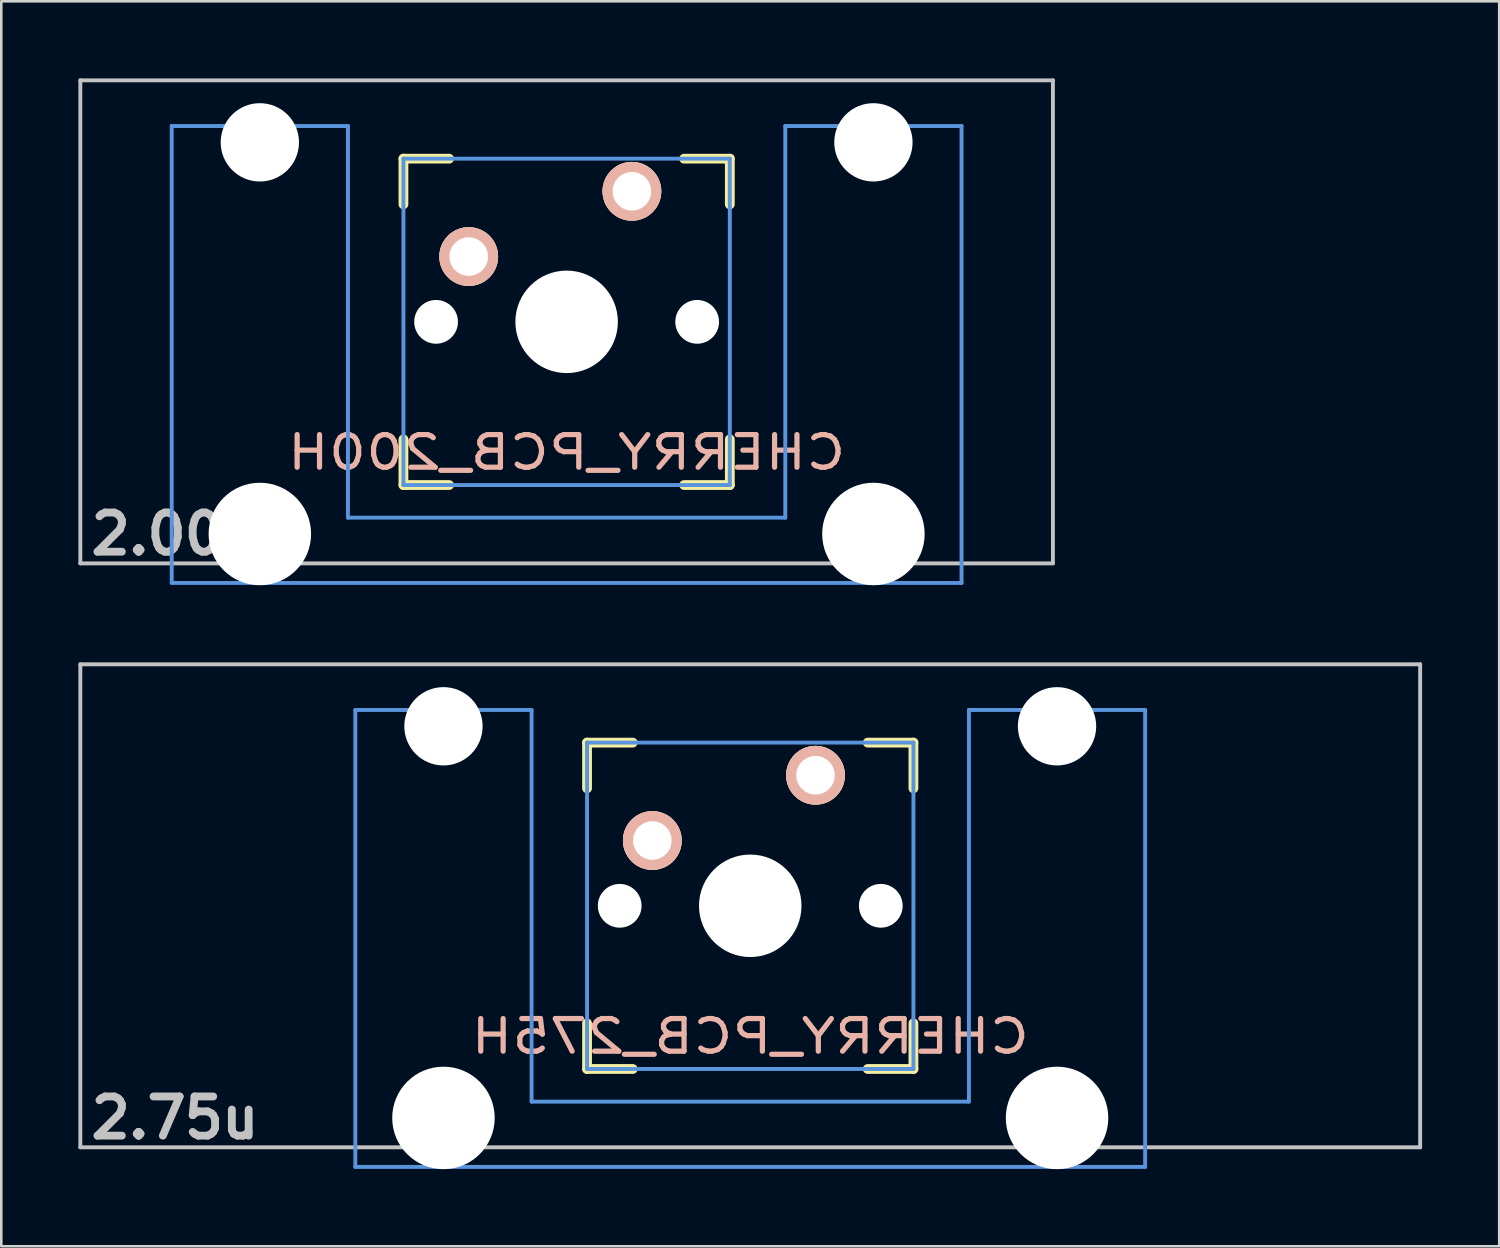
<source format=kicad_pcb>
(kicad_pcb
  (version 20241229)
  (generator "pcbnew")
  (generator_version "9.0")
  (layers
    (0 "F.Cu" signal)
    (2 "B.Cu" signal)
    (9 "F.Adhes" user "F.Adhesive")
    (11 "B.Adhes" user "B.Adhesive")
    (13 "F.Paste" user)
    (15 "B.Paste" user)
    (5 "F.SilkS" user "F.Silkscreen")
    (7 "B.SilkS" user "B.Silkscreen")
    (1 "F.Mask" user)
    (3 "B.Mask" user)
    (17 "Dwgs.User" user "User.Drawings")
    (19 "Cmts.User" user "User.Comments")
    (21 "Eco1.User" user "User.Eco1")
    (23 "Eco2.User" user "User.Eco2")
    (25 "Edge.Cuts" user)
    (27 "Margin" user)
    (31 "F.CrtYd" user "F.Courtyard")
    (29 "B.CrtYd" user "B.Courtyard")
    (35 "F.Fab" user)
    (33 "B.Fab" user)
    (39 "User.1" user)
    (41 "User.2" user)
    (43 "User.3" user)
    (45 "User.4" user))
  (footprint "CHERRY_PCB_200H"
    (layer "F.Cu")
    (at 18.999 9.474)
    (property "Reference" "CHERRY_PCB_200H" (at 0 5.08 0) (layer "B.SilkS") (effects (font (size 1.27 1.524) (thickness 0.203)) (justify mirror)))
    (attr through_hole)
    (fp_line (start -6.35 -6.35) (end -4.572 -6.35) (stroke (width 0.381) (type solid)) (layer "F.SilkS"))
    (fp_line (start -6.35 -4.572) (end -6.35 -6.35) (stroke (width 0.381) (type solid)) (layer "F.SilkS"))
    (fp_line (start -6.35 6.35) (end -6.35 4.572) (stroke (width 0.381) (type solid)) (layer "F.SilkS"))
    (fp_line (start -4.572 6.35) (end -6.35 6.35) (stroke (width 0.381) (type solid)) (layer "F.SilkS"))
    (fp_line (start 4.572 -6.35) (end 6.35 -6.35) (stroke (width 0.381) (type solid)) (layer "F.SilkS"))
    (fp_line (start 6.35 -6.35) (end 6.35 -4.572) (stroke (width 0.381) (type solid)) (layer "F.SilkS"))
    (fp_line (start 6.35 4.572) (end 6.35 6.35) (stroke (width 0.381) (type solid)) (layer "F.SilkS"))
    (fp_line (start 6.35 6.35) (end 4.572 6.35) (stroke (width 0.381) (type solid)) (layer "F.SilkS"))
    (fp_line (start -18.923 -9.398) (end 18.923 -9.398) (stroke (width 0.152) (type solid)) (layer "Dwgs.User"))
    (fp_line (start -18.923 9.398) (end -18.923 -9.398) (stroke (width 0.152) (type solid)) (layer "Dwgs.User"))
    (fp_line (start 18.923 -9.398) (end 18.923 9.398) (stroke (width 0.152) (type solid)) (layer "Dwgs.User"))
    (fp_line (start 18.923 9.398) (end -18.923 9.398) (stroke (width 0.152) (type solid)) (layer "Dwgs.User"))
    (fp_line (start -15.367 -7.62) (end -15.367 10.16) (stroke (width 0.152) (type solid)) (layer "Cmts.User"))
    (fp_line (start -15.367 10.16) (end 15.367 10.16) (stroke (width 0.152) (type solid)) (layer "Cmts.User"))
    (fp_line (start -8.509 -7.62) (end -15.367 -7.62) (stroke (width 0.152) (type solid)) (layer "Cmts.User"))
    (fp_line (start -8.509 7.62) (end -8.509 -7.62) (stroke (width 0.152) (type solid)) (layer "Cmts.User"))
    (fp_line (start -6.35 -6.35) (end 6.35 -6.35) (stroke (width 0.152) (type solid)) (layer "Cmts.User"))
    (fp_line (start -6.35 6.35) (end -6.35 -6.35) (stroke (width 0.152) (type solid)) (layer "Cmts.User"))
    (fp_line (start 6.35 -6.35) (end 6.35 6.35) (stroke (width 0.152) (type solid)) (layer "Cmts.User"))
    (fp_line (start 6.35 6.35) (end -6.35 6.35) (stroke (width 0.152) (type solid)) (layer "Cmts.User"))
    (fp_line (start 8.509 -7.62) (end 8.509 7.62) (stroke (width 0.152) (type solid)) (layer "Cmts.User"))
    (fp_line (start 8.509 7.62) (end -8.509 7.62) (stroke (width 0.152) (type solid)) (layer "Cmts.User"))
    (fp_line (start 15.367 -7.62) (end 8.509 -7.62) (stroke (width 0.152) (type solid)) (layer "Cmts.User"))
    (fp_line (start 15.367 10.16) (end 15.367 -7.62) (stroke (width 0.152) (type solid)) (layer "Cmts.User"))
    (fp_line (start -16.129 -2.286) (end -15.265 -2.286) (stroke (width 0.152) (type solid)) (layer "Eco2.User"))
    (fp_line (start -16.129 0.508) (end -16.129 -2.286) (stroke (width 0.152) (type solid)) (layer "Eco2.User"))
    (fp_line (start -15.265 -5.69) (end -8.611 -5.69) (stroke (width 0.152) (type solid)) (layer "Eco2.User"))
    (fp_line (start -15.265 -2.286) (end -15.265 -5.69) (stroke (width 0.152) (type solid)) (layer "Eco2.User"))
    (fp_line (start -15.265 0.508) (end -16.129 0.508) (stroke (width 0.152) (type solid)) (layer "Eco2.User"))
    (fp_line (start -15.265 6.604) (end -15.265 0.508) (stroke (width 0.152) (type solid)) (layer "Eco2.User"))
    (fp_line (start -14.224 6.604) (end -15.265 6.604) (stroke (width 0.152) (type solid)) (layer "Eco2.User"))
    (fp_line (start -14.224 7.772) (end -14.224 6.604) (stroke (width 0.152) (type solid)) (layer "Eco2.User"))
    (fp_line (start -9.652 6.604) (end -9.652 7.772) (stroke (width 0.152) (type solid)) (layer "Eco2.User"))
    (fp_line (start -9.652 7.772) (end -14.224 7.772) (stroke (width 0.152) (type solid)) (layer "Eco2.User"))
    (fp_line (start -8.611 -5.69) (end -8.611 -4.877) (stroke (width 0.152) (type solid)) (layer "Eco2.User"))
    (fp_line (start -8.611 -4.877) (end -6.985 -4.877) (stroke (width 0.152) (type solid)) (layer "Eco2.User"))
    (fp_line (start -8.611 5.817) (end -8.611 6.604) (stroke (width 0.152) (type solid)) (layer "Eco2.User"))
    (fp_line (start -8.611 6.604) (end -9.652 6.604) (stroke (width 0.152) (type solid)) (layer "Eco2.User"))
    (fp_line (start -6.985 -6.985) (end 6.985 -6.985) (stroke (width 0.152) (type solid)) (layer "Eco2.User"))
    (fp_line (start -6.985 -4.877) (end -6.985 -6.985) (stroke (width 0.152) (type solid)) (layer "Eco2.User"))
    (fp_line (start -6.985 5.817) (end -8.611 5.817) (stroke (width 0.152) (type solid)) (layer "Eco2.User"))
    (fp_line (start -6.985 6.985) (end -6.985 5.817) (stroke (width 0.152) (type solid)) (layer "Eco2.User"))
    (fp_line (start 6.985 -6.985) (end 6.985 -4.877) (stroke (width 0.152) (type solid)) (layer "Eco2.User"))
    (fp_line (start 6.985 -4.877) (end 8.611 -4.877) (stroke (width 0.152) (type solid)) (layer "Eco2.User"))
    (fp_line (start 6.985 5.817) (end 6.985 6.985) (stroke (width 0.152) (type solid)) (layer "Eco2.User"))
    (fp_line (start 6.985 6.985) (end -6.985 6.985) (stroke (width 0.152) (type solid)) (layer "Eco2.User"))
    (fp_line (start 8.611 -5.69) (end 15.265 -5.69) (stroke (width 0.152) (type solid)) (layer "Eco2.User"))
    (fp_line (start 8.611 -4.877) (end 8.611 -5.69) (stroke (width 0.152) (type solid)) (layer "Eco2.User"))
    (fp_line (start 8.611 5.817) (end 6.985 5.817) (stroke (width 0.152) (type solid)) (layer "Eco2.User"))
    (fp_line (start 8.611 6.604) (end 8.611 5.817) (stroke (width 0.152) (type solid)) (layer "Eco2.User"))
    (fp_line (start 9.652 6.604) (end 8.611 6.604) (stroke (width 0.152) (type solid)) (layer "Eco2.User"))
    (fp_line (start 9.652 7.772) (end 9.652 6.604) (stroke (width 0.152) (type solid)) (layer "Eco2.User"))
    (fp_line (start 14.224 6.604) (end 14.224 7.772) (stroke (width 0.152) (type solid)) (layer "Eco2.User"))
    (fp_line (start 14.224 7.772) (end 9.652 7.772) (stroke (width 0.152) (type solid)) (layer "Eco2.User"))
    (fp_line (start 15.265 -5.69) (end 15.265 -2.286) (stroke (width 0.152) (type solid)) (layer "Eco2.User"))
    (fp_line (start 15.265 -2.286) (end 16.129 -2.286) (stroke (width 0.152) (type solid)) (layer "Eco2.User"))
    (fp_line (start 15.265 0.508) (end 15.265 6.604) (stroke (width 0.152) (type solid)) (layer "Eco2.User"))
    (fp_line (start 15.265 6.604) (end 14.224 6.604) (stroke (width 0.152) (type solid)) (layer "Eco2.User"))
    (fp_line (start 16.129 -2.286) (end 16.129 0.508) (stroke (width 0.152) (type solid)) (layer "Eco2.User"))
    (fp_line (start 16.129 0.508) (end 15.265 0.508) (stroke (width 0.152) (type solid)) (layer "Eco2.User"))
    (fp_text user "2.00u" (at -15.24 8.255 0) (layer "Dwgs.User") (effects (font (size 1.524 1.524) (thickness 0.305))))
    (pad "" np_thru_hole circle (at -11.938 -6.985) (size 3.048 3.048) (drill 3.048) (layers "*.Cu"))
    (pad "" np_thru_hole circle (at -11.938 8.255) (size 3.988 3.988) (drill 3.988) (layers "*.Cu"))
    (pad "" np_thru_hole circle (at -5.08 0) (size 1.702 1.702) (drill 1.702) (layers "*.Cu"))
    (pad "" np_thru_hole circle (at 0 0) (size 3.988 3.988) (drill 3.988) (layers "*.Cu"))
    (pad "" np_thru_hole circle (at 5.08 0) (size 1.702 1.702) (drill 1.702) (layers "*.Cu"))
    (pad "" np_thru_hole circle (at 11.938 -6.985) (size 3.048 3.048) (drill 3.048) (layers "*.Cu"))
    (pad "" np_thru_hole circle (at 11.938 8.255) (size 3.988 3.988) (drill 3.988) (layers "*.Cu"))
    (pad "1" thru_hole circle (at 2.54 -5.08) (size 2.286 2.286) (drill 1.499) (layers "*.Cu" "*.SilkS" "*.Mask"))
    (pad "2" thru_hole circle (at -3.81 -2.54) (size 2.286 2.286) (drill 1.499) (layers "*.Cu" "*.SilkS" "*.Mask")))
  (footprint "CHERRY_PCB_275H"
    (layer "F.Cu")
    (at 26.144 32.197)
    (property "Reference" "CHERRY_PCB_275H" (at 0 5.08 0) (layer "B.SilkS") (effects (font (size 1.27 1.524) (thickness 0.203)) (justify mirror)))
    (attr through_hole)
    (fp_line (start -6.35 -6.35) (end -4.572 -6.35) (stroke (width 0.381) (type solid)) (layer "F.SilkS"))
    (fp_line (start -6.35 -4.572) (end -6.35 -6.35) (stroke (width 0.381) (type solid)) (layer "F.SilkS"))
    (fp_line (start -6.35 6.35) (end -6.35 4.572) (stroke (width 0.381) (type solid)) (layer "F.SilkS"))
    (fp_line (start -4.572 6.35) (end -6.35 6.35) (stroke (width 0.381) (type solid)) (layer "F.SilkS"))
    (fp_line (start 4.572 -6.35) (end 6.35 -6.35) (stroke (width 0.381) (type solid)) (layer "F.SilkS"))
    (fp_line (start 6.35 -6.35) (end 6.35 -4.572) (stroke (width 0.381) (type solid)) (layer "F.SilkS"))
    (fp_line (start 6.35 4.572) (end 6.35 6.35) (stroke (width 0.381) (type solid)) (layer "F.SilkS"))
    (fp_line (start 6.35 6.35) (end 4.572 6.35) (stroke (width 0.381) (type solid)) (layer "F.SilkS"))
    (fp_line (start -26.068 -9.398) (end 26.068 -9.398) (stroke (width 0.152) (type solid)) (layer "Dwgs.User"))
    (fp_line (start -26.068 9.398) (end -26.068 -9.398) (stroke (width 0.152) (type solid)) (layer "Dwgs.User"))
    (fp_line (start 26.068 -9.398) (end 26.068 9.398) (stroke (width 0.152) (type solid)) (layer "Dwgs.User"))
    (fp_line (start 26.068 9.398) (end -26.068 9.398) (stroke (width 0.152) (type solid)) (layer "Dwgs.User"))
    (fp_line (start -15.367 -7.62) (end -15.367 10.16) (stroke (width 0.152) (type solid)) (layer "Cmts.User"))
    (fp_line (start -15.367 10.16) (end 15.367 10.16) (stroke (width 0.152) (type solid)) (layer "Cmts.User"))
    (fp_line (start -8.509 -7.62) (end -15.367 -7.62) (stroke (width 0.152) (type solid)) (layer "Cmts.User"))
    (fp_line (start -8.509 7.62) (end -8.509 -7.62) (stroke (width 0.152) (type solid)) (layer "Cmts.User"))
    (fp_line (start -6.35 -6.35) (end 6.35 -6.35) (stroke (width 0.152) (type solid)) (layer "Cmts.User"))
    (fp_line (start -6.35 6.35) (end -6.35 -6.35) (stroke (width 0.152) (type solid)) (layer "Cmts.User"))
    (fp_line (start 6.35 -6.35) (end 6.35 6.35) (stroke (width 0.152) (type solid)) (layer "Cmts.User"))
    (fp_line (start 6.35 6.35) (end -6.35 6.35) (stroke (width 0.152) (type solid)) (layer "Cmts.User"))
    (fp_line (start 8.509 -7.62) (end 8.509 7.62) (stroke (width 0.152) (type solid)) (layer "Cmts.User"))
    (fp_line (start 8.509 7.62) (end -8.509 7.62) (stroke (width 0.152) (type solid)) (layer "Cmts.User"))
    (fp_line (start 15.367 -7.62) (end 8.509 -7.62) (stroke (width 0.152) (type solid)) (layer "Cmts.User"))
    (fp_line (start 15.367 10.16) (end 15.367 -7.62) (stroke (width 0.152) (type solid)) (layer "Cmts.User"))
    (fp_line (start -16.129 -2.286) (end -15.265 -2.286) (stroke (width 0.152) (type solid)) (layer "Eco2.User"))
    (fp_line (start -16.129 0.508) (end -16.129 -2.286) (stroke (width 0.152) (type solid)) (layer "Eco2.User"))
    (fp_line (start -15.265 -5.69) (end -8.611 -5.69) (stroke (width 0.152) (type solid)) (layer "Eco2.User"))
    (fp_line (start -15.265 -2.286) (end -15.265 -5.69) (stroke (width 0.152) (type solid)) (layer "Eco2.User"))
    (fp_line (start -15.265 0.508) (end -16.129 0.508) (stroke (width 0.152) (type solid)) (layer "Eco2.User"))
    (fp_line (start -15.265 6.604) (end -15.265 0.508) (stroke (width 0.152) (type solid)) (layer "Eco2.User"))
    (fp_line (start -14.224 6.604) (end -15.265 6.604) (stroke (width 0.152) (type solid)) (layer "Eco2.User"))
    (fp_line (start -14.224 7.772) (end -14.224 6.604) (stroke (width 0.152) (type solid)) (layer "Eco2.User"))
    (fp_line (start -9.652 6.604) (end -9.652 7.772) (stroke (width 0.152) (type solid)) (layer "Eco2.User"))
    (fp_line (start -9.652 7.772) (end -14.224 7.772) (stroke (width 0.152) (type solid)) (layer "Eco2.User"))
    (fp_line (start -8.611 -5.69) (end -8.611 -4.877) (stroke (width 0.152) (type solid)) (layer "Eco2.User"))
    (fp_line (start -8.611 -4.877) (end -6.985 -4.877) (stroke (width 0.152) (type solid)) (layer "Eco2.User"))
    (fp_line (start -8.611 5.817) (end -8.611 6.604) (stroke (width 0.152) (type solid)) (layer "Eco2.User"))
    (fp_line (start -8.611 6.604) (end -9.652 6.604) (stroke (width 0.152) (type solid)) (layer "Eco2.User"))
    (fp_line (start -6.985 -6.985) (end 6.985 -6.985) (stroke (width 0.152) (type solid)) (layer "Eco2.User"))
    (fp_line (start -6.985 -4.877) (end -6.985 -6.985) (stroke (width 0.152) (type solid)) (layer "Eco2.User"))
    (fp_line (start -6.985 5.817) (end -8.611 5.817) (stroke (width 0.152) (type solid)) (layer "Eco2.User"))
    (fp_line (start -6.985 6.985) (end -6.985 5.817) (stroke (width 0.152) (type solid)) (layer "Eco2.User"))
    (fp_line (start 6.985 -6.985) (end 6.985 -4.877) (stroke (width 0.152) (type solid)) (layer "Eco2.User"))
    (fp_line (start 6.985 -4.877) (end 8.611 -4.877) (stroke (width 0.152) (type solid)) (layer "Eco2.User"))
    (fp_line (start 6.985 5.817) (end 6.985 6.985) (stroke (width 0.152) (type solid)) (layer "Eco2.User"))
    (fp_line (start 6.985 6.985) (end -6.985 6.985) (stroke (width 0.152) (type solid)) (layer "Eco2.User"))
    (fp_line (start 8.611 -5.69) (end 15.265 -5.69) (stroke (width 0.152) (type solid)) (layer "Eco2.User"))
    (fp_line (start 8.611 -4.877) (end 8.611 -5.69) (stroke (width 0.152) (type solid)) (layer "Eco2.User"))
    (fp_line (start 8.611 5.817) (end 6.985 5.817) (stroke (width 0.152) (type solid)) (layer "Eco2.User"))
    (fp_line (start 8.611 6.604) (end 8.611 5.817) (stroke (width 0.152) (type solid)) (layer "Eco2.User"))
    (fp_line (start 9.652 6.604) (end 8.611 6.604) (stroke (width 0.152) (type solid)) (layer "Eco2.User"))
    (fp_line (start 9.652 7.772) (end 9.652 6.604) (stroke (width 0.152) (type solid)) (layer "Eco2.User"))
    (fp_line (start 14.224 6.604) (end 14.224 7.772) (stroke (width 0.152) (type solid)) (layer "Eco2.User"))
    (fp_line (start 14.224 7.772) (end 9.652 7.772) (stroke (width 0.152) (type solid)) (layer "Eco2.User"))
    (fp_line (start 15.265 -5.69) (end 15.265 -2.286) (stroke (width 0.152) (type solid)) (layer "Eco2.User"))
    (fp_line (start 15.265 -2.286) (end 16.129 -2.286) (stroke (width 0.152) (type solid)) (layer "Eco2.User"))
    (fp_line (start 15.265 0.508) (end 15.265 6.604) (stroke (width 0.152) (type solid)) (layer "Eco2.User"))
    (fp_line (start 15.265 6.604) (end 14.224 6.604) (stroke (width 0.152) (type solid)) (layer "Eco2.User"))
    (fp_line (start 16.129 -2.286) (end 16.129 0.508) (stroke (width 0.152) (type solid)) (layer "Eco2.User"))
    (fp_line (start 16.129 0.508) (end 15.265 0.508) (stroke (width 0.152) (type solid)) (layer "Eco2.User"))
    (fp_text user "2.75u" (at -22.385 8.255 0) (layer "Dwgs.User") (effects (font (size 1.524 1.524) (thickness 0.305))))
    (pad "" np_thru_hole circle (at -11.938 -6.985) (size 3.048 3.048) (drill 3.048) (layers "*.Cu"))
    (pad "" np_thru_hole circle (at -11.938 8.255) (size 3.988 3.988) (drill 3.988) (layers "*.Cu"))
    (pad "" np_thru_hole circle (at -5.08 0) (size 1.702 1.702) (drill 1.702) (layers "*.Cu"))
    (pad "" np_thru_hole circle (at 0 0) (size 3.988 3.988) (drill 3.988) (layers "*.Cu"))
    (pad "" np_thru_hole circle (at 5.08 0) (size 1.702 1.702) (drill 1.702) (layers "*.Cu"))
    (pad "" np_thru_hole circle (at 11.938 -6.985) (size 3.048 3.048) (drill 3.048) (layers "*.Cu"))
    (pad "" np_thru_hole circle (at 11.938 8.255) (size 3.988 3.988) (drill 3.988) (layers "*.Cu"))
    (pad "1" thru_hole circle (at 2.54 -5.08) (size 2.286 2.286) (drill 1.499) (layers "*.Cu" "*.SilkS" "*.Mask"))
    (pad "2" thru_hole circle (at -3.81 -2.54) (size 2.286 2.286) (drill 1.499) (layers "*.Cu" "*.SilkS" "*.Mask")))
  (gr_rect
    (start -3 -3)
    (end 55.288 45.446)
    (stroke (width 0.1) (type default))
    (fill no)
    (layer "Edge.Cuts")))
</source>
